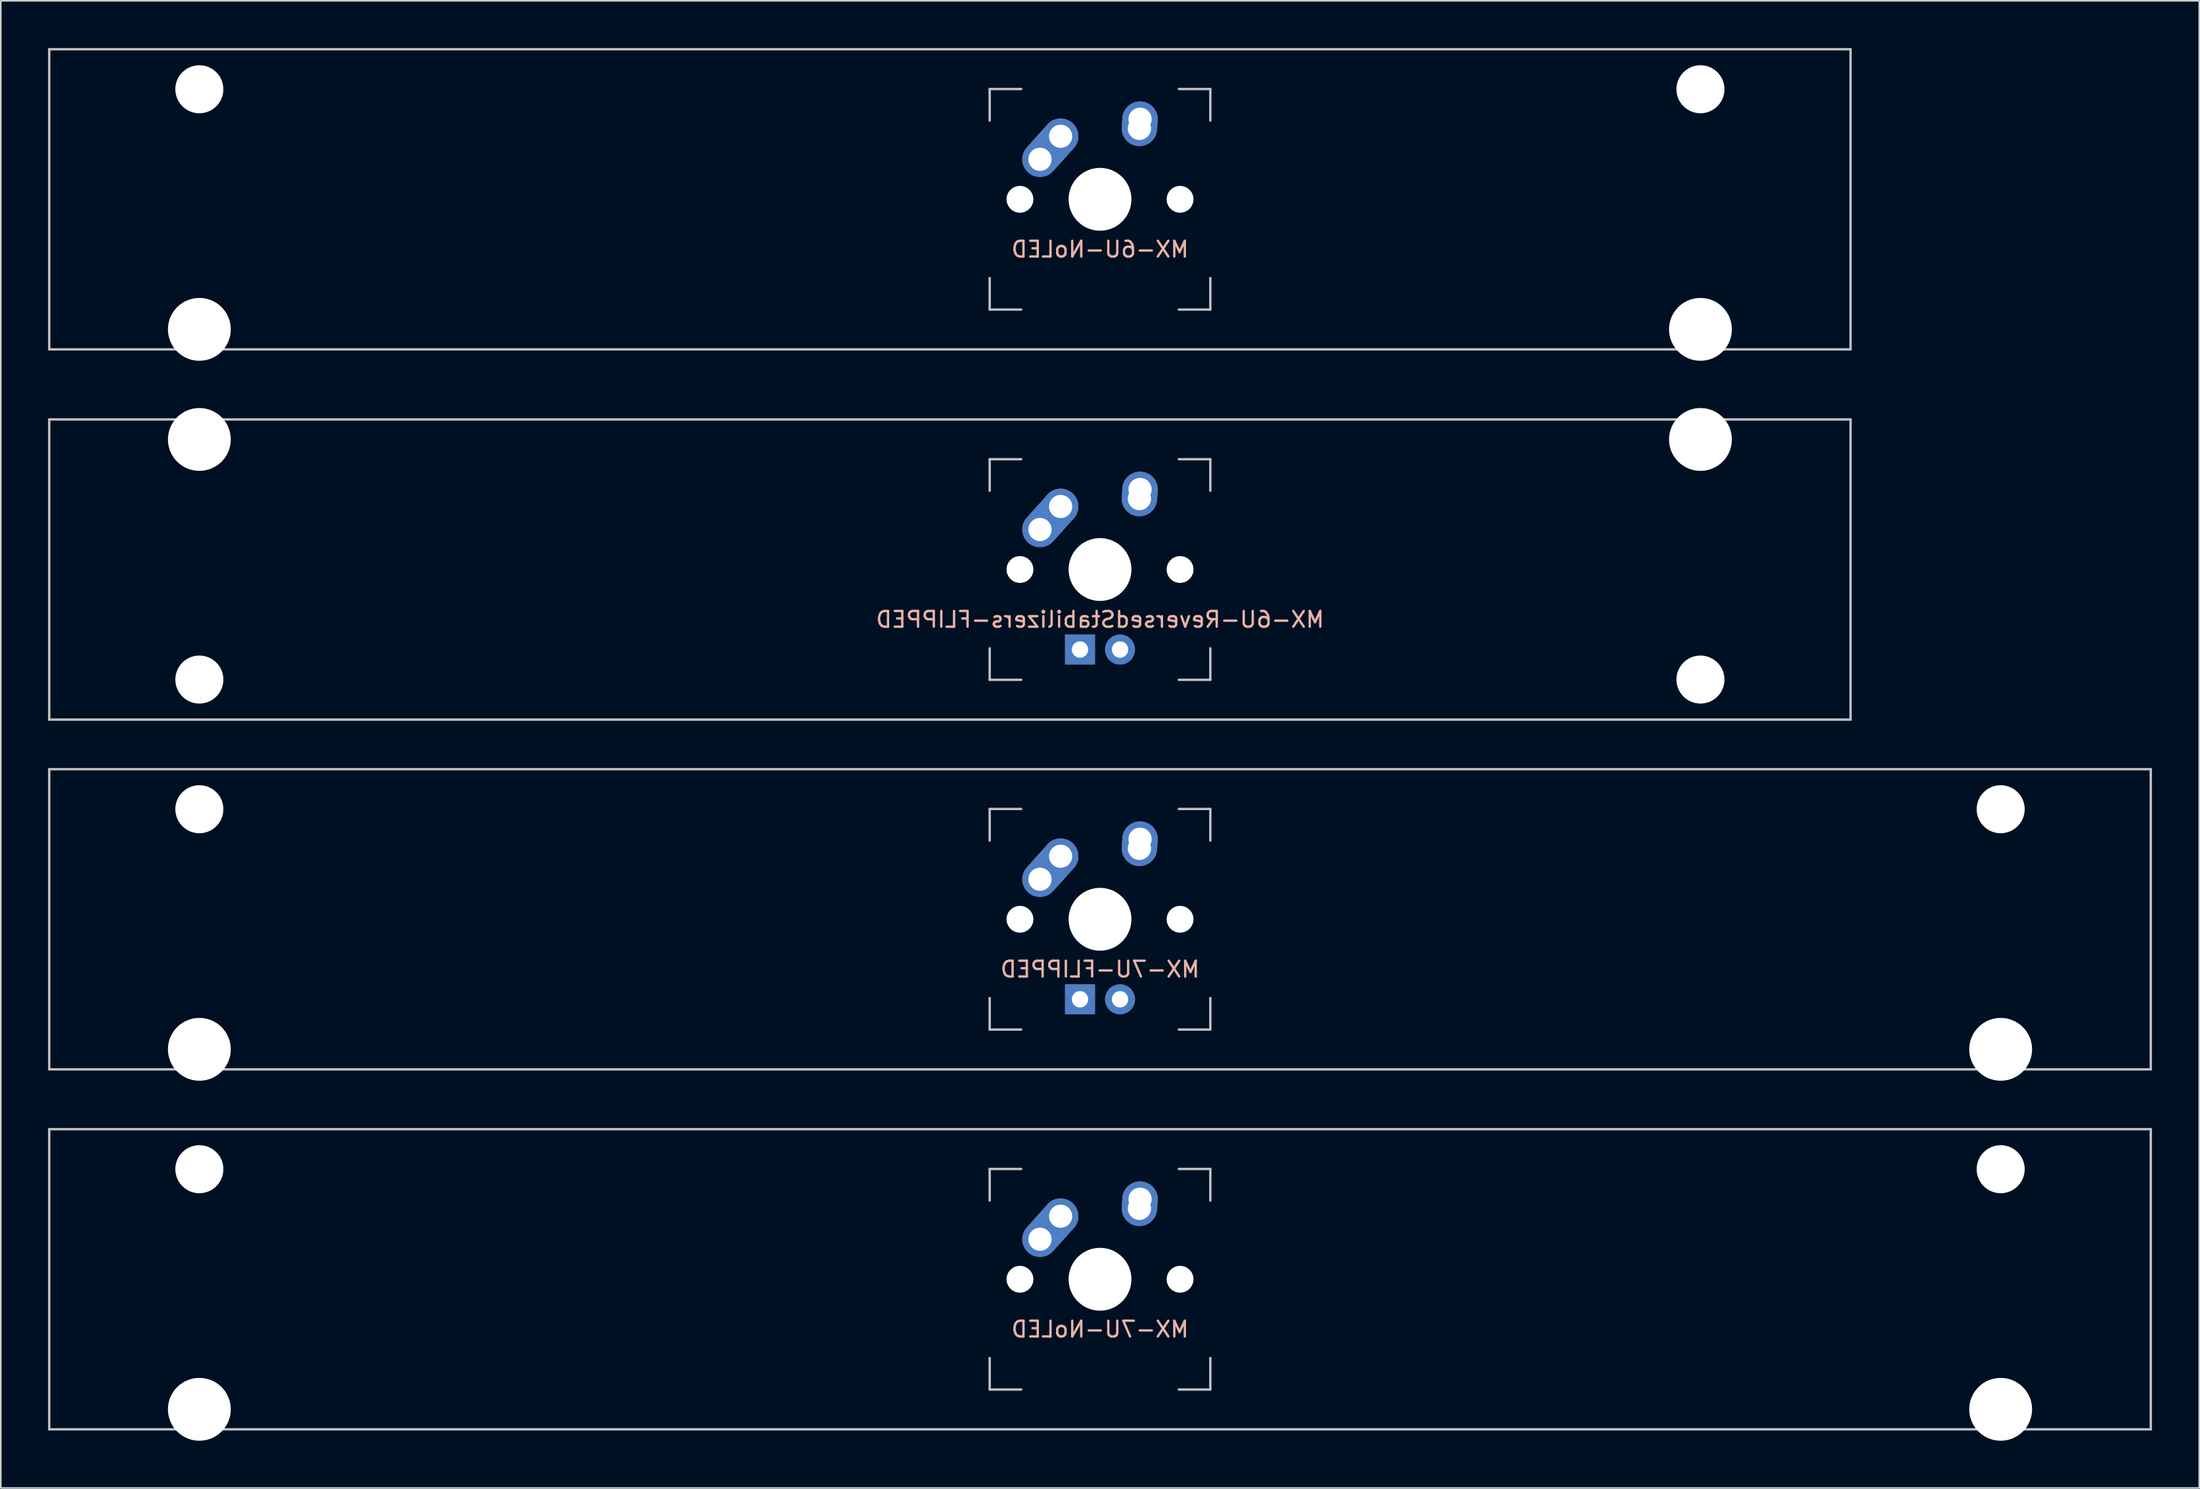
<source format=kicad_pcb>
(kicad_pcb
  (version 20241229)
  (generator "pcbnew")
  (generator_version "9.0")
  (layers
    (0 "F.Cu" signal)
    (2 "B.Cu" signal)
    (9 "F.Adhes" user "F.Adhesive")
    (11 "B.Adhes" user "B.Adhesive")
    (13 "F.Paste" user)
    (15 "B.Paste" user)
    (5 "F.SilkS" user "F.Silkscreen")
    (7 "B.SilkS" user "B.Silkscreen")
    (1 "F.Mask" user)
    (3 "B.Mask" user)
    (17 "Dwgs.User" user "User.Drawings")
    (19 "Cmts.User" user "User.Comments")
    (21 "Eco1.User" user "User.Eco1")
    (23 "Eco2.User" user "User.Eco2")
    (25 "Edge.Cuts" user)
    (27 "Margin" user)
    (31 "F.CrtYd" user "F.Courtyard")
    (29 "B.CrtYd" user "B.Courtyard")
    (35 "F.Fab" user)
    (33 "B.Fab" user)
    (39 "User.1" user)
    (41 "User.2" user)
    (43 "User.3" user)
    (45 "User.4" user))
  (footprint "MX-7U-FLIPPED"
    (layer "F.Cu")
    (at 66.75 55.298)
    (property "Reference" "MX-7U-FLIPPED" (at 0 3.175 0) (layer "B.SilkS") (effects (font (size 1 1) (thickness 0.15)) (justify mirror)))
    (attr through_hole)
    (fp_line (start -66.675 -9.525) (end 66.675 -9.525) (stroke (width 0.15) (type solid)) (layer "Dwgs.User"))
    (fp_line (start -66.675 9.525) (end -66.675 -9.525) (stroke (width 0.15) (type solid)) (layer "Dwgs.User"))
    (fp_line (start -66.675 9.525) (end 66.675 9.525) (stroke (width 0.15) (type solid)) (layer "Dwgs.User"))
    (fp_line (start -7 -7) (end -7 -5) (stroke (width 0.15) (type solid)) (layer "Dwgs.User"))
    (fp_line (start -7 5) (end -7 7) (stroke (width 0.15) (type solid)) (layer "Dwgs.User"))
    (fp_line (start -7 7) (end -5 7) (stroke (width 0.15) (type solid)) (layer "Dwgs.User"))
    (fp_line (start -5 -7) (end -7 -7) (stroke (width 0.15) (type solid)) (layer "Dwgs.User"))
    (fp_line (start 5 -7) (end 7 -7) (stroke (width 0.15) (type solid)) (layer "Dwgs.User"))
    (fp_line (start 5 7) (end 7 7) (stroke (width 0.15) (type solid)) (layer "Dwgs.User"))
    (fp_line (start 7 -7) (end 7 -5) (stroke (width 0.15) (type solid)) (layer "Dwgs.User"))
    (fp_line (start 7 7) (end 7 5) (stroke (width 0.15) (type solid)) (layer "Dwgs.User"))
    (fp_line (start 66.675 -9.525) (end 66.675 9.525) (stroke (width 0.15) (type solid)) (layer "Dwgs.User"))
    (pad "" np_thru_hole circle (at -57.15 -6.985) (size 3.048 3.048) (drill 3.048) (layers "*.Cu" "*.Mask"))
    (pad "" np_thru_hole circle (at -57.15 8.255) (size 3.988 3.988) (drill 3.988) (layers "*.Cu" "*.Mask"))
    (pad "" np_thru_hole circle (at -5.08 0 48.1) (size 1.702 1.702) (drill 1.702) (layers "*.Cu" "*.Mask"))
    (pad "" np_thru_hole circle (at 0 0) (size 3.988 3.988) (drill 3.988) (layers "*.Cu" "*.Mask"))
    (pad "" np_thru_hole circle (at 5.08 0 48.1) (size 1.702 1.702) (drill 1.702) (layers "*.Cu" "*.Mask"))
    (pad "" np_thru_hole circle (at 57.15 -6.985) (size 3.048 3.048) (drill 3.048) (layers "*.Cu" "*.Mask"))
    (pad "" np_thru_hole circle (at 57.15 8.255) (size 3.988 3.988) (drill 3.988) (layers "*.Cu" "*.Mask"))
    (pad "1" thru_hole oval (at -3.81 -2.54 48.1) (size 4.212 2.25) (drill 1.47 (offset 0.981 0)) (layers "*.Cu" "*.Mask"))
    (pad "1" thru_hole circle (at -2.5 -4) (size 2.25 2.25) (drill 1.47) (layers "*.Cu" "*.Mask"))
    (pad "2" thru_hole oval (at 2.5 -4.5 86.055) (size 2.831 2.25) (drill 1.47 (offset 0.291 0)) (layers "*.Cu" "*.Mask"))
    (pad "2" thru_hole circle (at 2.54 -5.08) (size 2.25 2.25) (drill 1.47) (layers "*.Cu" "*.Mask"))
    (pad "3" thru_hole circle (at 1.27 5.08) (size 1.905 1.905) (drill 1.04) (layers "*.Cu" "*.Mask"))
    (pad "4" thru_hole rect (at -1.27 5.08) (size 1.905 1.905) (drill 1.04) (layers "*.Cu" "*.Mask")))
  (footprint "MX-6U-NoLED"
    (layer "F.Cu")
    (at 57.225 9.6)
    (property "Reference" "MX-6U-NoLED" (at 9.525 3.175 0) (layer "B.SilkS") (effects (font (size 1 1) (thickness 0.15)) (justify mirror)))
    (attr through_hole)
    (fp_line (start -57.15 -9.525) (end 57.15 -9.525) (stroke (width 0.15) (type solid)) (layer "Dwgs.User"))
    (fp_line (start -57.15 9.525) (end -57.15 -9.525) (stroke (width 0.15) (type solid)) (layer "Dwgs.User"))
    (fp_line (start -57.15 9.525) (end 57.15 9.525) (stroke (width 0.15) (type solid)) (layer "Dwgs.User"))
    (fp_line (start 2.525 -7) (end 2.525 -5) (stroke (width 0.15) (type solid)) (layer "Dwgs.User"))
    (fp_line (start 2.525 5) (end 2.525 7) (stroke (width 0.15) (type solid)) (layer "Dwgs.User"))
    (fp_line (start 2.525 7) (end 4.525 7) (stroke (width 0.15) (type solid)) (layer "Dwgs.User"))
    (fp_line (start 4.525 -7) (end 2.525 -7) (stroke (width 0.15) (type solid)) (layer "Dwgs.User"))
    (fp_line (start 14.525 -7) (end 16.525 -7) (stroke (width 0.15) (type solid)) (layer "Dwgs.User"))
    (fp_line (start 14.525 7) (end 16.525 7) (stroke (width 0.15) (type solid)) (layer "Dwgs.User"))
    (fp_line (start 16.525 -7) (end 16.525 -5) (stroke (width 0.15) (type solid)) (layer "Dwgs.User"))
    (fp_line (start 16.525 7) (end 16.525 5) (stroke (width 0.15) (type solid)) (layer "Dwgs.User"))
    (fp_line (start 57.15 -9.525) (end 57.15 9.525) (stroke (width 0.15) (type solid)) (layer "Dwgs.User"))
    (pad "" np_thru_hole circle (at -47.625 -6.985) (size 3.048 3.048) (drill 3.048) (layers "*.Cu" "*.Mask"))
    (pad "" np_thru_hole circle (at -47.625 8.255) (size 3.988 3.988) (drill 3.988) (layers "*.Cu" "*.Mask"))
    (pad "" np_thru_hole circle (at 4.445 0 48.1) (size 1.702 1.702) (drill 1.702) (layers "*.Cu" "*.Mask"))
    (pad "" np_thru_hole circle (at 9.525 0) (size 3.988 3.988) (drill 3.988) (layers "*.Cu" "*.Mask"))
    (pad "" np_thru_hole circle (at 14.605 0 48.1) (size 1.702 1.702) (drill 1.702) (layers "*.Cu" "*.Mask"))
    (pad "" np_thru_hole circle (at 47.625 -6.985) (size 3.048 3.048) (drill 3.048) (layers "*.Cu" "*.Mask"))
    (pad "" np_thru_hole circle (at 47.625 8.255) (size 3.988 3.988) (drill 3.988) (layers "*.Cu" "*.Mask"))
    (pad "1" thru_hole oval (at 5.715 -2.54 48.1) (size 4.212 2.25) (drill 1.47 (offset 0.981 0)) (layers "*.Cu" "*.Mask"))
    (pad "1" thru_hole circle (at 7.025 -4) (size 2.25 2.25) (drill 1.47) (layers "*.Cu" "*.Mask"))
    (pad "2" thru_hole oval (at 12.025 -4.5 86.055) (size 2.831 2.25) (drill 1.47 (offset 0.291 0)) (layers "*.Cu" "*.Mask"))
    (pad "2" thru_hole circle (at 12.065 -5.08) (size 2.25 2.25) (drill 1.47) (layers "*.Cu" "*.Mask")))
  (footprint "MX-6U-ReversedStabilizers-FLIPPED"
    (layer "F.Cu")
    (at 57.225 33.098)
    (property "Reference" "MX-6U-ReversedStabilizers-FLIPPED" (at 9.525 3.175 0) (layer "B.SilkS") (effects (font (size 1 1) (thickness 0.15)) (justify mirror)))
    (attr through_hole)
    (fp_line (start -57.15 -9.525) (end 57.15 -9.525) (stroke (width 0.15) (type solid)) (layer "Dwgs.User"))
    (fp_line (start -57.15 9.525) (end -57.15 -9.525) (stroke (width 0.15) (type solid)) (layer "Dwgs.User"))
    (fp_line (start -57.15 9.525) (end 57.15 9.525) (stroke (width 0.15) (type solid)) (layer "Dwgs.User"))
    (fp_line (start 2.525 -7) (end 2.525 -5) (stroke (width 0.15) (type solid)) (layer "Dwgs.User"))
    (fp_line (start 2.525 5) (end 2.525 7) (stroke (width 0.15) (type solid)) (layer "Dwgs.User"))
    (fp_line (start 2.525 7) (end 4.525 7) (stroke (width 0.15) (type solid)) (layer "Dwgs.User"))
    (fp_line (start 4.525 -7) (end 2.525 -7) (stroke (width 0.15) (type solid)) (layer "Dwgs.User"))
    (fp_line (start 14.525 -7) (end 16.525 -7) (stroke (width 0.15) (type solid)) (layer "Dwgs.User"))
    (fp_line (start 14.525 7) (end 16.525 7) (stroke (width 0.15) (type solid)) (layer "Dwgs.User"))
    (fp_line (start 16.525 -7) (end 16.525 -5) (stroke (width 0.15) (type solid)) (layer "Dwgs.User"))
    (fp_line (start 16.525 7) (end 16.525 5) (stroke (width 0.15) (type solid)) (layer "Dwgs.User"))
    (fp_line (start 57.15 -9.525) (end 57.15 9.525) (stroke (width 0.15) (type solid)) (layer "Dwgs.User"))
    (pad "" np_thru_hole circle (at -47.625 -8.255) (size 3.988 3.988) (drill 3.988) (layers "*.Cu" "*.Mask"))
    (pad "" np_thru_hole circle (at -47.625 6.985) (size 3.048 3.048) (drill 3.048) (layers "*.Cu" "*.Mask"))
    (pad "" np_thru_hole circle (at 4.445 0 48.1) (size 1.702 1.702) (drill 1.702) (layers "*.Cu" "*.Mask"))
    (pad "" np_thru_hole circle (at 9.525 0) (size 3.988 3.988) (drill 3.988) (layers "*.Cu" "*.Mask"))
    (pad "" np_thru_hole circle (at 14.605 0 48.1) (size 1.702 1.702) (drill 1.702) (layers "*.Cu" "*.Mask"))
    (pad "" np_thru_hole circle (at 47.625 -8.255) (size 3.988 3.988) (drill 3.988) (layers "*.Cu" "*.Mask"))
    (pad "" np_thru_hole circle (at 47.625 6.985) (size 3.048 3.048) (drill 3.048) (layers "*.Cu" "*.Mask"))
    (pad "1" thru_hole oval (at 5.715 -2.54 48.1) (size 4.212 2.25) (drill 1.47 (offset 0.981 0)) (layers "*.Cu" "*.Mask"))
    (pad "1" thru_hole circle (at 7.025 -4) (size 2.25 2.25) (drill 1.47) (layers "*.Cu" "*.Mask"))
    (pad "2" thru_hole oval (at 12.025 -4.5 86.055) (size 2.831 2.25) (drill 1.47 (offset 0.291 0)) (layers "*.Cu" "*.Mask"))
    (pad "2" thru_hole circle (at 12.065 -5.08) (size 2.25 2.25) (drill 1.47) (layers "*.Cu" "*.Mask"))
    (pad "3" thru_hole circle (at 10.795 5.08) (size 1.905 1.905) (drill 1.04) (layers "*.Cu" "*.Mask"))
    (pad "4" thru_hole rect (at 8.255 5.08) (size 1.905 1.905) (drill 1.04) (layers "*.Cu" "*.Mask")))
  (footprint "MX-7U-NoLED"
    (layer "F.Cu")
    (at 66.75 78.147)
    (property "Reference" "MX-7U-NoLED" (at 0 3.175 0) (layer "B.SilkS") (effects (font (size 1 1) (thickness 0.15)) (justify mirror)))
    (attr through_hole)
    (fp_line (start -66.675 -9.525) (end 66.675 -9.525) (stroke (width 0.15) (type solid)) (layer "Dwgs.User"))
    (fp_line (start -66.675 9.525) (end -66.675 -9.525) (stroke (width 0.15) (type solid)) (layer "Dwgs.User"))
    (fp_line (start -66.675 9.525) (end 66.675 9.525) (stroke (width 0.15) (type solid)) (layer "Dwgs.User"))
    (fp_line (start -7 -7) (end -7 -5) (stroke (width 0.15) (type solid)) (layer "Dwgs.User"))
    (fp_line (start -7 5) (end -7 7) (stroke (width 0.15) (type solid)) (layer "Dwgs.User"))
    (fp_line (start -7 7) (end -5 7) (stroke (width 0.15) (type solid)) (layer "Dwgs.User"))
    (fp_line (start -5 -7) (end -7 -7) (stroke (width 0.15) (type solid)) (layer "Dwgs.User"))
    (fp_line (start 5 -7) (end 7 -7) (stroke (width 0.15) (type solid)) (layer "Dwgs.User"))
    (fp_line (start 5 7) (end 7 7) (stroke (width 0.15) (type solid)) (layer "Dwgs.User"))
    (fp_line (start 7 -7) (end 7 -5) (stroke (width 0.15) (type solid)) (layer "Dwgs.User"))
    (fp_line (start 7 7) (end 7 5) (stroke (width 0.15) (type solid)) (layer "Dwgs.User"))
    (fp_line (start 66.675 -9.525) (end 66.675 9.525) (stroke (width 0.15) (type solid)) (layer "Dwgs.User"))
    (pad "" np_thru_hole circle (at -57.15 -6.985) (size 3.048 3.048) (drill 3.048) (layers "*.Cu" "*.Mask"))
    (pad "" np_thru_hole circle (at -57.15 8.255) (size 3.988 3.988) (drill 3.988) (layers "*.Cu" "*.Mask"))
    (pad "" np_thru_hole circle (at -5.08 0 48.1) (size 1.702 1.702) (drill 1.702) (layers "*.Cu" "*.Mask"))
    (pad "" np_thru_hole circle (at 0 0) (size 3.988 3.988) (drill 3.988) (layers "*.Cu" "*.Mask"))
    (pad "" np_thru_hole circle (at 5.08 0 48.1) (size 1.702 1.702) (drill 1.702) (layers "*.Cu" "*.Mask"))
    (pad "" np_thru_hole circle (at 57.15 -6.985) (size 3.048 3.048) (drill 3.048) (layers "*.Cu" "*.Mask"))
    (pad "" np_thru_hole circle (at 57.15 8.255) (size 3.988 3.988) (drill 3.988) (layers "*.Cu" "*.Mask"))
    (pad "1" thru_hole oval (at -3.81 -2.54 48.1) (size 4.212 2.25) (drill 1.47 (offset 0.981 0)) (layers "*.Cu" "*.Mask"))
    (pad "1" thru_hole circle (at -2.5 -4) (size 2.25 2.25) (drill 1.47) (layers "*.Cu" "*.Mask"))
    (pad "2" thru_hole oval (at 2.5 -4.5 86.055) (size 2.831 2.25) (drill 1.47 (offset 0.291 0)) (layers "*.Cu" "*.Mask"))
    (pad "2" thru_hole circle (at 2.54 -5.08) (size 2.25 2.25) (drill 1.47) (layers "*.Cu" "*.Mask")))
  (gr_rect
    (start -3 -3)
    (end 136.5 91.396)
    (stroke (width 0.1) (type default))
    (fill no)
    (layer "Edge.Cuts")))
</source>
